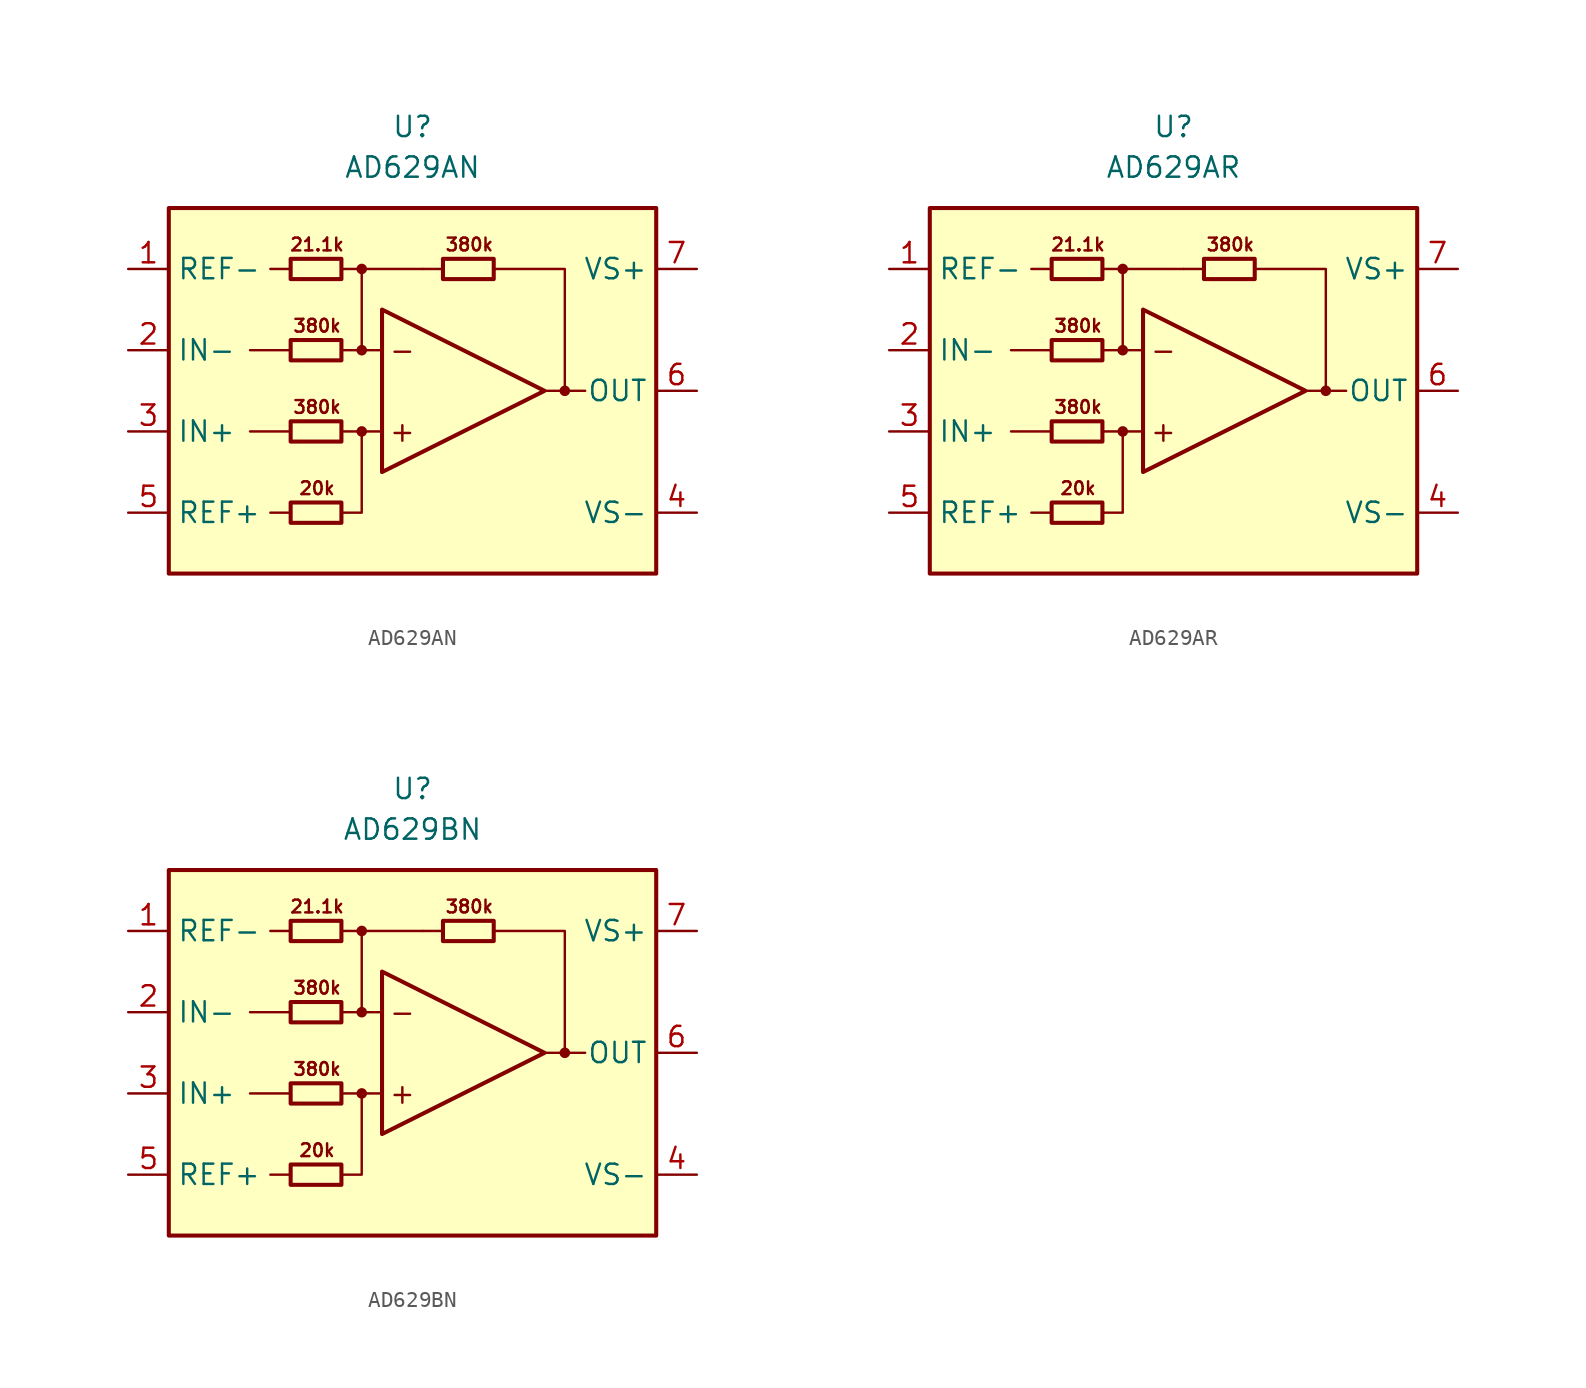
<source format=kicad_sym>
(kicad_symbol_lib
  (version 20211014)
  (generator kicad_symbol_editor)
  (symbol "AD629AN"
    (property "Reference" "U"
      (at 0 16.51 0)
      (effects (font (size 1.27 1.27))))
    (property "Value" "AD629AN"
      (at 0 13.97 0)
      (effects (font (size 1.27 1.27))))
    (symbol "AD629AN_0_0"
      (rectangle (start -15.24 11.43) (end 15.24 -11.43) (stroke (width 0.254) (type default) (color 0 0 0 0)) (fill (type background)))
      (circle (center -3.175 -2.54) (radius 0.254) (stroke (width 0.152) (type default) (color 0 0 0 0)) (fill (type outline)))
      (circle (center -3.175 2.54) (radius 0.254) (stroke (width 0.152) (type default) (color 0 0 0 0)) (fill (type outline)))
      (circle (center -3.175 7.62) (radius 0.254) (stroke (width 0.152) (type default) (color 0 0 0 0)) (fill (type outline)))
      (polyline (pts (xy -7.62 -7.62) (xy -8.89 -7.62)) (stroke (width 0.152) (type default) (color 0 0 0 0)) (fill (type none)))
      (polyline (pts (xy -7.62 -2.54) (xy -10.16 -2.54)) (stroke (width 0.152) (type default) (color 0 0 0 0)) (fill (type none)))
      (polyline (pts (xy -7.62 2.54) (xy -10.16 2.54)) (stroke (width 0.152) (type default) (color 0 0 0 0)) (fill (type none)))
      (polyline (pts (xy -7.62 7.62) (xy -8.89 7.62)) (stroke (width 0.152) (type default) (color 0 0 0 0)) (fill (type none)))
      (polyline (pts (xy -4.445 7.62) (xy 0.635 7.62)) (stroke (width 0.152) (type default) (color 0 0 0 0)) (fill (type none)))
      (polyline (pts (xy -3.175 2.54) (xy -3.175 7.62)) (stroke (width 0.152) (type default) (color 0 0 0 0)) (fill (type none)))
      (polyline (pts (xy -1.905 -2.54) (xy -4.445 -2.54)) (stroke (width 0.152) (type default) (color 0 0 0 0)) (fill (type none)))
      (polyline (pts (xy -1.905 2.54) (xy -4.445 2.54)) (stroke (width 0.152) (type default) (color 0 0 0 0)) (fill (type none)))
      (polyline (pts (xy 1.905 7.62) (xy 0.635 7.62)) (stroke (width 0.152) (type default) (color 0 0 0 0)) (fill (type none)))
      (polyline (pts (xy 9.525 0) (xy 10.795 0)) (stroke (width 0.152) (type default) (color 0 0 0 0)) (fill (type none)))
      (polyline (pts (xy -4.445 -7.62) (xy -3.175 -7.62) (xy -3.175 -2.54)) (stroke (width 0.152) (type default) (color 0 0 0 0)) (fill (type none)))
      (polyline (pts (xy 5.08 7.62) (xy 9.525 7.62) (xy 9.525 0) (xy 8.255 0)) (stroke (width 0.152) (type default) (color 0 0 0 0)) (fill (type none)))
      (circle (center 9.525 0) (radius 0.254) (stroke (width 0.152) (type default) (color 0 0 0 0)) (fill (type outline)))
      (text "+" (at -0.635 -2.54 0) (effects (font (size 1.27 1.27))))
      (text "-" (at -0.635 2.54 0) (effects (font (size 1.27 1.27))))
      (text "20k" (at -5.969 -6.096 0) (effects (font (size 0.8 0.8))))
      (text "21.1k" (at -5.969 9.144 0) (effects (font (size 0.8 0.8))))
      (text "380k" (at -5.969 -1.016 0) (effects (font (size 0.8 0.8))))
      (text "380k" (at -5.969 4.064 0) (effects (font (size 0.8 0.8))))
      (text "380k" (at 3.556 9.144 0) (effects (font (size 0.8 0.8)))))
    (symbol "AD629AN_0_1"
      (rectangle (start -7.62 -6.985) (end -4.445 -8.255) (stroke (width 0.254) (type default) (color 0 0 0 0)) (fill (type none)))
      (rectangle (start -7.62 -1.905) (end -4.445 -3.175) (stroke (width 0.254) (type default) (color 0 0 0 0)) (fill (type none)))
      (rectangle (start -7.62 3.175) (end -4.445 1.905) (stroke (width 0.254) (type default) (color 0 0 0 0)) (fill (type none)))
      (rectangle (start -7.62 8.255) (end -4.445 6.985) (stroke (width 0.254) (type default) (color 0 0 0 0)) (fill (type none)))
      (polyline (pts (xy -1.905 5.08) (xy -1.905 -5.08) (xy 8.255 0) (xy -1.905 5.08)) (stroke (width 0.254) (type default) (color 0 0 0 0)) (fill (type none)))
      (rectangle (start 1.905 8.255) (end 5.08 6.985) (stroke (width 0.254) (type default) (color 0 0 0 0)) (fill (type none))))
    (symbol "AD629AN_1_1"
      (pin input line (at -17.78 7.62 0) (length 2.54) (name "REF-" (effects (font (size 1.27 1.27)))) (number "1" (effects (font (size 1.27 1.27)))))
      (pin input line (at -17.78 2.54 0) (length 2.54) (name "IN-" (effects (font (size 1.27 1.27)))) (number "2" (effects (font (size 1.27 1.27)))))
      (pin input line (at -17.78 -2.54 0) (length 2.54) (name "IN+" (effects (font (size 1.27 1.27)))) (number "3" (effects (font (size 1.27 1.27)))))
      (pin power_in line (at 17.78 -7.62 180) (length 2.54) (name "VS-" (effects (font (size 1.27 1.27)))) (number "4" (effects (font (size 1.27 1.27)))))
      (pin input line (at -17.78 -7.62 0) (length 2.54) (name "REF+" (effects (font (size 1.27 1.27)))) (number "5" (effects (font (size 1.27 1.27)))))
      (pin output line (at 17.78 0 180) (length 2.54) (name "OUT" (effects (font (size 1.27 1.27)))) (number "6" (effects (font (size 1.27 1.27)))))
      (pin power_in line (at 17.78 7.62 180) (length 2.54) (name "VS+" (effects (font (size 1.27 1.27)))) (number "7" (effects (font (size 1.27 1.27)))))
      (pin no_connect line (at 3.175 -7.62 180) (length 2.54) hide (name "NC" (effects (font (size 1.27 1.27)))) (number "8" (effects (font (size 1.27 1.27)))))))
  (symbol "AD629AR"
    (property "Reference" "U"
      (at 0 16.51 0)
      (effects (font (size 1.27 1.27))))
    (property "Value" "AD629AR"
      (at 0 13.97 0)
      (effects (font (size 1.27 1.27))))
    (symbol "AD629AR_0_0"
      (rectangle (start -15.24 11.43) (end 15.24 -11.43) (stroke (width 0.254) (type default) (color 0 0 0 0)) (fill (type background)))
      (circle (center -3.175 -2.54) (radius 0.254) (stroke (width 0.152) (type default) (color 0 0 0 0)) (fill (type outline)))
      (circle (center -3.175 2.54) (radius 0.254) (stroke (width 0.152) (type default) (color 0 0 0 0)) (fill (type outline)))
      (circle (center -3.175 7.62) (radius 0.254) (stroke (width 0.152) (type default) (color 0 0 0 0)) (fill (type outline)))
      (polyline (pts (xy -7.62 -7.62) (xy -8.89 -7.62)) (stroke (width 0.152) (type default) (color 0 0 0 0)) (fill (type none)))
      (polyline (pts (xy -7.62 -2.54) (xy -10.16 -2.54)) (stroke (width 0.152) (type default) (color 0 0 0 0)) (fill (type none)))
      (polyline (pts (xy -7.62 2.54) (xy -10.16 2.54)) (stroke (width 0.152) (type default) (color 0 0 0 0)) (fill (type none)))
      (polyline (pts (xy -7.62 7.62) (xy -8.89 7.62)) (stroke (width 0.152) (type default) (color 0 0 0 0)) (fill (type none)))
      (polyline (pts (xy -4.445 7.62) (xy 0.635 7.62)) (stroke (width 0.152) (type default) (color 0 0 0 0)) (fill (type none)))
      (polyline (pts (xy -3.175 2.54) (xy -3.175 7.62)) (stroke (width 0.152) (type default) (color 0 0 0 0)) (fill (type none)))
      (polyline (pts (xy -1.905 -2.54) (xy -4.445 -2.54)) (stroke (width 0.152) (type default) (color 0 0 0 0)) (fill (type none)))
      (polyline (pts (xy -1.905 2.54) (xy -4.445 2.54)) (stroke (width 0.152) (type default) (color 0 0 0 0)) (fill (type none)))
      (polyline (pts (xy 1.905 7.62) (xy 0.635 7.62)) (stroke (width 0.152) (type default) (color 0 0 0 0)) (fill (type none)))
      (polyline (pts (xy 9.525 0) (xy 10.795 0)) (stroke (width 0.152) (type default) (color 0 0 0 0)) (fill (type none)))
      (polyline (pts (xy -4.445 -7.62) (xy -3.175 -7.62) (xy -3.175 -2.54)) (stroke (width 0.152) (type default) (color 0 0 0 0)) (fill (type none)))
      (polyline (pts (xy 5.08 7.62) (xy 9.525 7.62) (xy 9.525 0) (xy 8.255 0)) (stroke (width 0.152) (type default) (color 0 0 0 0)) (fill (type none)))
      (circle (center 9.525 0) (radius 0.254) (stroke (width 0.152) (type default) (color 0 0 0 0)) (fill (type outline)))
      (text "+" (at -0.635 -2.54 0) (effects (font (size 1.27 1.27))))
      (text "-" (at -0.635 2.54 0) (effects (font (size 1.27 1.27))))
      (text "20k" (at -5.969 -6.096 0) (effects (font (size 0.8 0.8))))
      (text "21.1k" (at -5.969 9.144 0) (effects (font (size 0.8 0.8))))
      (text "380k" (at -5.969 -1.016 0) (effects (font (size 0.8 0.8))))
      (text "380k" (at -5.969 4.064 0) (effects (font (size 0.8 0.8))))
      (text "380k" (at 3.556 9.144 0) (effects (font (size 0.8 0.8)))))
    (symbol "AD629AR_0_1"
      (rectangle (start -7.62 -6.985) (end -4.445 -8.255) (stroke (width 0.254) (type default) (color 0 0 0 0)) (fill (type none)))
      (rectangle (start -7.62 -1.905) (end -4.445 -3.175) (stroke (width 0.254) (type default) (color 0 0 0 0)) (fill (type none)))
      (rectangle (start -7.62 3.175) (end -4.445 1.905) (stroke (width 0.254) (type default) (color 0 0 0 0)) (fill (type none)))
      (rectangle (start -7.62 8.255) (end -4.445 6.985) (stroke (width 0.254) (type default) (color 0 0 0 0)) (fill (type none)))
      (polyline (pts (xy -1.905 5.08) (xy -1.905 -5.08) (xy 8.255 0) (xy -1.905 5.08)) (stroke (width 0.254) (type default) (color 0 0 0 0)) (fill (type none)))
      (rectangle (start 1.905 8.255) (end 5.08 6.985) (stroke (width 0.254) (type default) (color 0 0 0 0)) (fill (type none))))
    (symbol "AD629AR_1_1"
      (pin input line (at -17.78 7.62 0) (length 2.54) (name "REF-" (effects (font (size 1.27 1.27)))) (number "1" (effects (font (size 1.27 1.27)))))
      (pin input line (at -17.78 2.54 0) (length 2.54) (name "IN-" (effects (font (size 1.27 1.27)))) (number "2" (effects (font (size 1.27 1.27)))))
      (pin input line (at -17.78 -2.54 0) (length 2.54) (name "IN+" (effects (font (size 1.27 1.27)))) (number "3" (effects (font (size 1.27 1.27)))))
      (pin power_in line (at 17.78 -7.62 180) (length 2.54) (name "VS-" (effects (font (size 1.27 1.27)))) (number "4" (effects (font (size 1.27 1.27)))))
      (pin input line (at -17.78 -7.62 0) (length 2.54) (name "REF+" (effects (font (size 1.27 1.27)))) (number "5" (effects (font (size 1.27 1.27)))))
      (pin output line (at 17.78 0 180) (length 2.54) (name "OUT" (effects (font (size 1.27 1.27)))) (number "6" (effects (font (size 1.27 1.27)))))
      (pin power_in line (at 17.78 7.62 180) (length 2.54) (name "VS+" (effects (font (size 1.27 1.27)))) (number "7" (effects (font (size 1.27 1.27)))))
      (pin no_connect line (at 6.35 -7.62 180) (length 2.54) hide (name "NC" (effects (font (size 1.27 1.27)))) (number "8" (effects (font (size 1.27 1.27)))))))
  (symbol "AD629BN"
    (property "Reference" "U"
      (at 0 16.51 0)
      (effects (font (size 1.27 1.27))))
    (property "Value" "AD629BN"
      (at 0 13.97 0)
      (effects (font (size 1.27 1.27))))
    (symbol "AD629BN_0_0"
      (rectangle (start -15.24 11.43) (end 15.24 -11.43) (stroke (width 0.254) (type default) (color 0 0 0 0)) (fill (type background)))
      (circle (center -3.175 -2.54) (radius 0.254) (stroke (width 0.152) (type default) (color 0 0 0 0)) (fill (type outline)))
      (circle (center -3.175 2.54) (radius 0.254) (stroke (width 0.152) (type default) (color 0 0 0 0)) (fill (type outline)))
      (circle (center -3.175 7.62) (radius 0.254) (stroke (width 0.152) (type default) (color 0 0 0 0)) (fill (type outline)))
      (polyline (pts (xy -7.62 -7.62) (xy -8.89 -7.62)) (stroke (width 0.152) (type default) (color 0 0 0 0)) (fill (type none)))
      (polyline (pts (xy -7.62 -2.54) (xy -10.16 -2.54)) (stroke (width 0.152) (type default) (color 0 0 0 0)) (fill (type none)))
      (polyline (pts (xy -7.62 2.54) (xy -10.16 2.54)) (stroke (width 0.152) (type default) (color 0 0 0 0)) (fill (type none)))
      (polyline (pts (xy -7.62 7.62) (xy -8.89 7.62)) (stroke (width 0.152) (type default) (color 0 0 0 0)) (fill (type none)))
      (polyline (pts (xy -4.445 7.62) (xy 0.635 7.62)) (stroke (width 0.152) (type default) (color 0 0 0 0)) (fill (type none)))
      (polyline (pts (xy -3.175 2.54) (xy -3.175 7.62)) (stroke (width 0.152) (type default) (color 0 0 0 0)) (fill (type none)))
      (polyline (pts (xy -1.905 -2.54) (xy -4.445 -2.54)) (stroke (width 0.152) (type default) (color 0 0 0 0)) (fill (type none)))
      (polyline (pts (xy -1.905 2.54) (xy -4.445 2.54)) (stroke (width 0.152) (type default) (color 0 0 0 0)) (fill (type none)))
      (polyline (pts (xy 1.905 7.62) (xy 0.635 7.62)) (stroke (width 0.152) (type default) (color 0 0 0 0)) (fill (type none)))
      (polyline (pts (xy 9.525 0) (xy 10.795 0)) (stroke (width 0.152) (type default) (color 0 0 0 0)) (fill (type none)))
      (polyline (pts (xy -4.445 -7.62) (xy -3.175 -7.62) (xy -3.175 -2.54)) (stroke (width 0.152) (type default) (color 0 0 0 0)) (fill (type none)))
      (polyline (pts (xy 5.08 7.62) (xy 9.525 7.62) (xy 9.525 0) (xy 8.255 0)) (stroke (width 0.152) (type default) (color 0 0 0 0)) (fill (type none)))
      (circle (center 9.525 0) (radius 0.254) (stroke (width 0.152) (type default) (color 0 0 0 0)) (fill (type outline)))
      (text "+" (at -0.635 -2.54 0) (effects (font (size 1.27 1.27))))
      (text "-" (at -0.635 2.54 0) (effects (font (size 1.27 1.27))))
      (text "20k" (at -5.969 -6.096 0) (effects (font (size 0.8 0.8))))
      (text "21.1k" (at -5.969 9.144 0) (effects (font (size 0.8 0.8))))
      (text "380k" (at -5.969 -1.016 0) (effects (font (size 0.8 0.8))))
      (text "380k" (at -5.969 4.064 0) (effects (font (size 0.8 0.8))))
      (text "380k" (at 3.556 9.144 0) (effects (font (size 0.8 0.8)))))
    (symbol "AD629BN_0_1"
      (rectangle (start -7.62 -6.985) (end -4.445 -8.255) (stroke (width 0.254) (type default) (color 0 0 0 0)) (fill (type none)))
      (rectangle (start -7.62 -1.905) (end -4.445 -3.175) (stroke (width 0.254) (type default) (color 0 0 0 0)) (fill (type none)))
      (rectangle (start -7.62 3.175) (end -4.445 1.905) (stroke (width 0.254) (type default) (color 0 0 0 0)) (fill (type none)))
      (rectangle (start -7.62 8.255) (end -4.445 6.985) (stroke (width 0.254) (type default) (color 0 0 0 0)) (fill (type none)))
      (polyline (pts (xy -1.905 5.08) (xy -1.905 -5.08) (xy 8.255 0) (xy -1.905 5.08)) (stroke (width 0.254) (type default) (color 0 0 0 0)) (fill (type none)))
      (rectangle (start 1.905 8.255) (end 5.08 6.985) (stroke (width 0.254) (type default) (color 0 0 0 0)) (fill (type none))))
    (symbol "AD629BN_1_1"
      (pin input line (at -17.78 7.62 0) (length 2.54) (name "REF-" (effects (font (size 1.27 1.27)))) (number "1" (effects (font (size 1.27 1.27)))))
      (pin input line (at -17.78 2.54 0) (length 2.54) (name "IN-" (effects (font (size 1.27 1.27)))) (number "2" (effects (font (size 1.27 1.27)))))
      (pin input line (at -17.78 -2.54 0) (length 2.54) (name "IN+" (effects (font (size 1.27 1.27)))) (number "3" (effects (font (size 1.27 1.27)))))
      (pin power_in line (at 17.78 -7.62 180) (length 2.54) (name "VS-" (effects (font (size 1.27 1.27)))) (number "4" (effects (font (size 1.27 1.27)))))
      (pin input line (at -17.78 -7.62 0) (length 2.54) (name "REF+" (effects (font (size 1.27 1.27)))) (number "5" (effects (font (size 1.27 1.27)))))
      (pin output line (at 17.78 0 180) (length 2.54) (name "OUT" (effects (font (size 1.27 1.27)))) (number "6" (effects (font (size 1.27 1.27)))))
      (pin power_in line (at 17.78 7.62 180) (length 2.54) (name "VS+" (effects (font (size 1.27 1.27)))) (number "7" (effects (font (size 1.27 1.27)))))
      (pin no_connect line (at 6.35 -7.62 180) (length 2.54) hide (name "NC" (effects (font (size 1.27 1.27)))) (number "8" (effects (font (size 1.27 1.27))))))))
</source>
